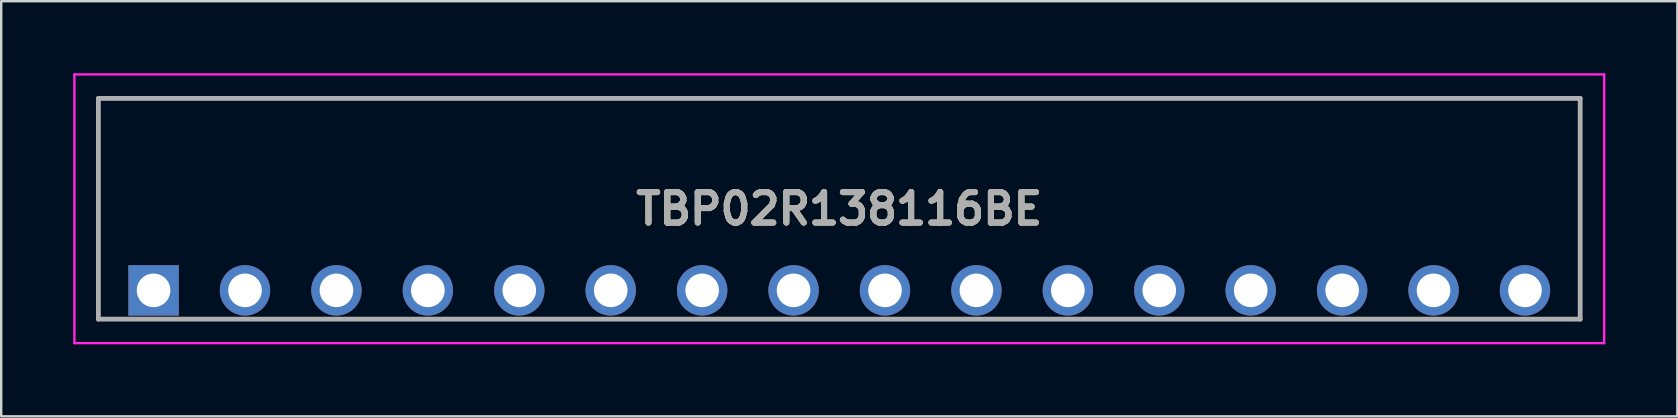
<source format=kicad_pcb>
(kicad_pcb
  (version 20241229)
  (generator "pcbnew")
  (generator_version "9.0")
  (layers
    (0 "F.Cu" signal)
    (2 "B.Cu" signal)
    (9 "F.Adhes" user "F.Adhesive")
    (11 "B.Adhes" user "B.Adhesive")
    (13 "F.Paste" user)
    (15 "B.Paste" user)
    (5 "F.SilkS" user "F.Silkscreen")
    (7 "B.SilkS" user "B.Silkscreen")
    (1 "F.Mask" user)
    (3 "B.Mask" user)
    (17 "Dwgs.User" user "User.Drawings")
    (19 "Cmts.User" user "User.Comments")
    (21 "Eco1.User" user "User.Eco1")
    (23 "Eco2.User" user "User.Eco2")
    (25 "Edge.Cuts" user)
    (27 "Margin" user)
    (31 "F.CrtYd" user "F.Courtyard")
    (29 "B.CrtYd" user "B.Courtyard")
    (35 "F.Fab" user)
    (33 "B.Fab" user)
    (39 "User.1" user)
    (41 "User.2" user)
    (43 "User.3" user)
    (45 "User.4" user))
  (footprint "TBP02R138116BE"
    (layer "F.Cu")
    (at 3.35 9.05)
    (property "Reference" "TBP02R138116BE" (at 28.575 -3.4 0) (layer "F.SilkS") (effects (font (size 1.27 1.27) (thickness 0.254))))
    (attr through_hole)
    (fp_line (start -2.3 -8) (end 59.45 -8) (stroke (width 0.1) (type solid)) (layer "F.SilkS"))
    (fp_line (start -2.3 1.2) (end -2.3 -8) (stroke (width 0.1) (type solid)) (layer "F.SilkS"))
    (fp_line (start 59.45 -8) (end 59.45 1.2) (stroke (width 0.1) (type solid)) (layer "F.SilkS"))
    (fp_line (start 59.45 1.2) (end -2.3 1.2) (stroke (width 0.1) (type solid)) (layer "F.SilkS"))
    (fp_line (start -3.3 -9) (end 60.45 -9) (stroke (width 0.1) (type solid)) (layer "F.CrtYd"))
    (fp_line (start -3.3 2.2) (end -3.3 -9) (stroke (width 0.1) (type solid)) (layer "F.CrtYd"))
    (fp_line (start 60.45 -9) (end 60.45 2.2) (stroke (width 0.1) (type solid)) (layer "F.CrtYd"))
    (fp_line (start 60.45 2.2) (end -3.3 2.2) (stroke (width 0.1) (type solid)) (layer "F.CrtYd"))
    (fp_line (start -2.3 -8) (end -2.3 1.2) (stroke (width 0.2) (type solid)) (layer "F.Fab"))
    (fp_line (start -2.3 1.2) (end 59.45 1.2) (stroke (width 0.2) (type solid)) (layer "F.Fab"))
    (fp_line (start 59.45 -8) (end -2.3 -8) (stroke (width 0.2) (type solid)) (layer "F.Fab"))
    (fp_line (start 59.45 1.2) (end 59.45 -8) (stroke (width 0.2) (type solid)) (layer "F.Fab"))
    (fp_text user "${REFERENCE}" (at 28.575 -3.4 0) (layer "F.Fab") (effects (font (size 1.27 1.27) (thickness 0.254))))
    (pad "1" thru_hole rect (at 0 0) (size 2.1 2.1) (drill 1.4) (layers "*.Cu" "*.Mask"))
    (pad "2" thru_hole circle (at 3.81 0) (size 2.1 2.1) (drill 1.4) (layers "*.Cu" "*.Mask"))
    (pad "3" thru_hole circle (at 7.62 0) (size 2.1 2.1) (drill 1.4) (layers "*.Cu" "*.Mask"))
    (pad "4" thru_hole circle (at 11.43 0) (size 2.1 2.1) (drill 1.4) (layers "*.Cu" "*.Mask"))
    (pad "5" thru_hole circle (at 15.24 0) (size 2.1 2.1) (drill 1.4) (layers "*.Cu" "*.Mask"))
    (pad "6" thru_hole circle (at 19.05 0) (size 2.1 2.1) (drill 1.4) (layers "*.Cu" "*.Mask"))
    (pad "7" thru_hole circle (at 22.86 0) (size 2.1 2.1) (drill 1.4) (layers "*.Cu" "*.Mask"))
    (pad "8" thru_hole circle (at 26.67 0) (size 2.1 2.1) (drill 1.4) (layers "*.Cu" "*.Mask"))
    (pad "9" thru_hole circle (at 30.48 0) (size 2.1 2.1) (drill 1.4) (layers "*.Cu" "*.Mask"))
    (pad "10" thru_hole circle (at 34.29 0) (size 2.1 2.1) (drill 1.4) (layers "*.Cu" "*.Mask"))
    (pad "11" thru_hole circle (at 38.1 0) (size 2.1 2.1) (drill 1.4) (layers "*.Cu" "*.Mask"))
    (pad "12" thru_hole circle (at 41.91 0) (size 2.1 2.1) (drill 1.4) (layers "*.Cu" "*.Mask"))
    (pad "13" thru_hole circle (at 45.72 0) (size 2.1 2.1) (drill 1.4) (layers "*.Cu" "*.Mask"))
    (pad "14" thru_hole circle (at 49.53 0) (size 2.1 2.1) (drill 1.4) (layers "*.Cu" "*.Mask"))
    (pad "15" thru_hole circle (at 53.34 0) (size 2.1 2.1) (drill 1.4) (layers "*.Cu" "*.Mask"))
    (pad "16" thru_hole circle (at 57.15 0) (size 2.1 2.1) (drill 1.4) (layers "*.Cu" "*.Mask")))
  (gr_rect
    (start -3 -3)
    (end 66.85 14.3)
    (stroke (width 0.1) (type default))
    (fill no)
    (layer "Edge.Cuts")))
</source>
